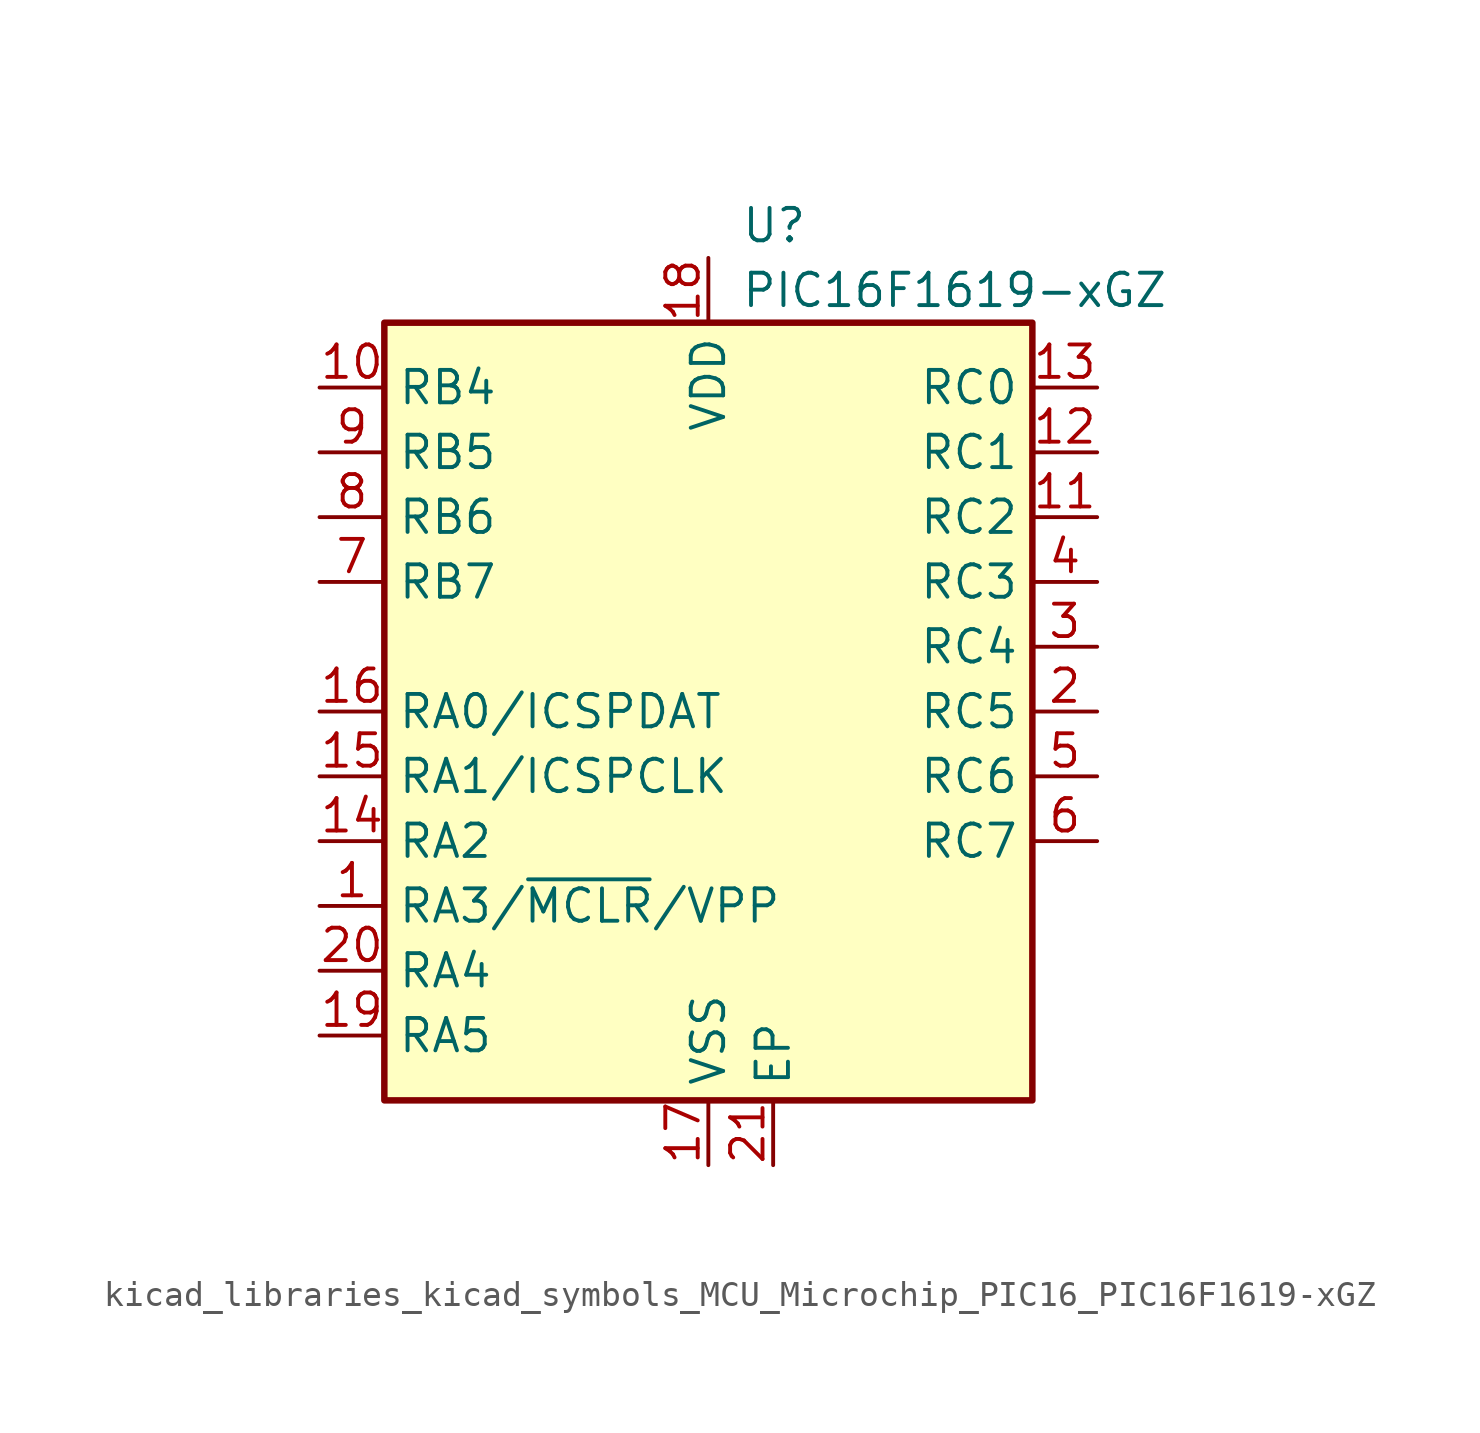
<source format=kicad_sym>
(kicad_symbol_lib
  (version 20220914)
  (generator kicad_symbol_editor)
  (symbol "kicad_libraries_kicad_symbols_MCU_Microchip_PIC16_PIC16F1619-xGZ"
    (property "Reference" "U"
      (at 1.27 19.05 0)
      (effects (font (size 1.27 1.27)) (justify left)))
    (property "Value" "PIC16F1619-xGZ"
      (at 1.27 16.51 0)
      (effects (font (size 1.27 1.27)) (justify left)))
    (symbol "kicad_libraries_kicad_symbols_MCU_Microchip_PIC16_PIC16F1619-xGZ_0_0"
      (pin passive line (at 2.54 -17.78 90) (length 2.54) (name "EP" (effects (font (size 1.27 1.27)))) (number "21" (effects (font (size 1.27 1.27))))))
    (symbol "kicad_libraries_kicad_symbols_MCU_Microchip_PIC16_PIC16F1619-xGZ_0_1"
      (rectangle (start -12.7 15.24) (end 12.7 -15.24) (stroke (width 0.254) (type default)) (fill (type background))))
    (symbol "kicad_libraries_kicad_symbols_MCU_Microchip_PIC16_PIC16F1619-xGZ_1_1"
      (pin bidirectional line (at -15.24 -7.62 0) (length 2.54) (name "RA3/~{MCLR}/VPP" (effects (font (size 1.27 1.27)))) (number "1" (effects (font (size 1.27 1.27)))))
      (pin bidirectional line (at -15.24 12.7 0) (length 2.54) (name "RB4" (effects (font (size 1.27 1.27)))) (number "10" (effects (font (size 1.27 1.27)))))
      (pin bidirectional line (at 15.24 7.62 180) (length 2.54) (name "RC2" (effects (font (size 1.27 1.27)))) (number "11" (effects (font (size 1.27 1.27)))))
      (pin bidirectional line (at 15.24 10.16 180) (length 2.54) (name "RC1" (effects (font (size 1.27 1.27)))) (number "12" (effects (font (size 1.27 1.27)))))
      (pin bidirectional line (at 15.24 12.7 180) (length 2.54) (name "RC0" (effects (font (size 1.27 1.27)))) (number "13" (effects (font (size 1.27 1.27)))))
      (pin bidirectional line (at -15.24 -5.08 0) (length 2.54) (name "RA2" (effects (font (size 1.27 1.27)))) (number "14" (effects (font (size 1.27 1.27)))))
      (pin bidirectional line (at -15.24 -2.54 0) (length 2.54) (name "RA1/ICSPCLK" (effects (font (size 1.27 1.27)))) (number "15" (effects (font (size 1.27 1.27)))))
      (pin bidirectional line (at -15.24 0 0) (length 2.54) (name "RA0/ICSPDAT" (effects (font (size 1.27 1.27)))) (number "16" (effects (font (size 1.27 1.27)))))
      (pin power_in line (at 0 -17.78 90) (length 2.54) (name "VSS" (effects (font (size 1.27 1.27)))) (number "17" (effects (font (size 1.27 1.27)))))
      (pin power_in line (at 0 17.78 270) (length 2.54) (name "VDD" (effects (font (size 1.27 1.27)))) (number "18" (effects (font (size 1.27 1.27)))))
      (pin bidirectional line (at -15.24 -12.7 0) (length 2.54) (name "RA5" (effects (font (size 1.27 1.27)))) (number "19" (effects (font (size 1.27 1.27)))))
      (pin bidirectional line (at 15.24 0 180) (length 2.54) (name "RC5" (effects (font (size 1.27 1.27)))) (number "2" (effects (font (size 1.27 1.27)))))
      (pin bidirectional line (at -15.24 -10.16 0) (length 2.54) (name "RA4" (effects (font (size 1.27 1.27)))) (number "20" (effects (font (size 1.27 1.27)))))
      (pin bidirectional line (at 15.24 2.54 180) (length 2.54) (name "RC4" (effects (font (size 1.27 1.27)))) (number "3" (effects (font (size 1.27 1.27)))))
      (pin bidirectional line (at 15.24 5.08 180) (length 2.54) (name "RC3" (effects (font (size 1.27 1.27)))) (number "4" (effects (font (size 1.27 1.27)))))
      (pin bidirectional line (at 15.24 -2.54 180) (length 2.54) (name "RC6" (effects (font (size 1.27 1.27)))) (number "5" (effects (font (size 1.27 1.27)))))
      (pin bidirectional line (at 15.24 -5.08 180) (length 2.54) (name "RC7" (effects (font (size 1.27 1.27)))) (number "6" (effects (font (size 1.27 1.27)))))
      (pin bidirectional line (at -15.24 5.08 0) (length 2.54) (name "RB7" (effects (font (size 1.27 1.27)))) (number "7" (effects (font (size 1.27 1.27)))))
      (pin bidirectional line (at -15.24 7.62 0) (length 2.54) (name "RB6" (effects (font (size 1.27 1.27)))) (number "8" (effects (font (size 1.27 1.27)))))
      (pin bidirectional line (at -15.24 10.16 0) (length 2.54) (name "RB5" (effects (font (size 1.27 1.27)))) (number "9" (effects (font (size 1.27 1.27))))))))
</source>
